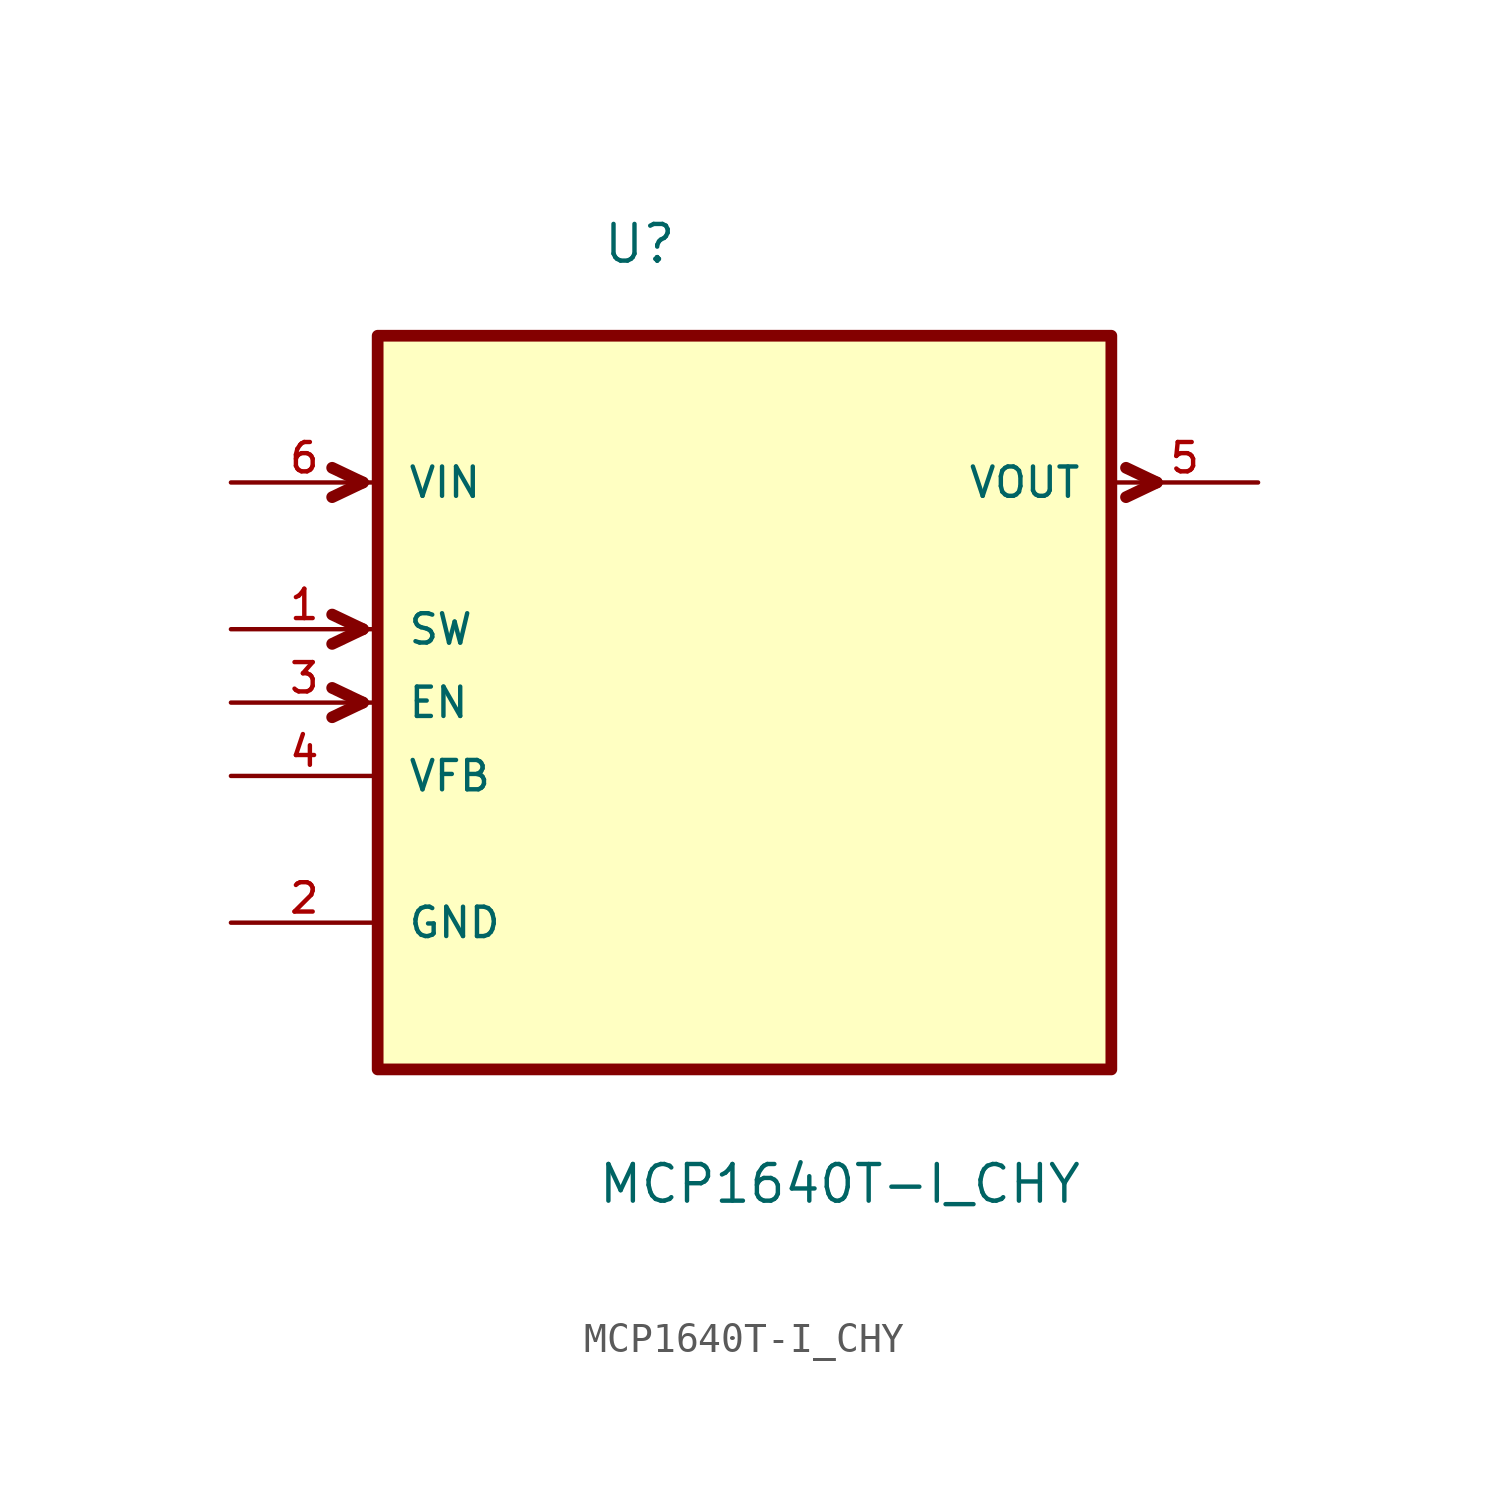
<source format=kicad_sym>
(kicad_symbol_lib
  (version 20211014)
  (generator kicad_symbol_editor)
  (symbol "MCP1640T-I_CHY"
    (pin_names
      (offset 1.016))
    (property "Reference" "U"
      (at -4.937 12.598 0.0)
      (effects (font (size 1.27 1.27)) (justify bottom left)))
    (property "Value" "MCP1640T-I_CHY"
      (at -5.114 -19.947 0.0)
      (effects (font (size 1.27 1.27)) (justify bottom left)))
    (symbol "MCP1640T-I_CHY_0_0"
      (polyline (pts (xy -13.208 5.08) (xy -14.275 5.588)) (stroke (width 0.406)))
      (polyline (pts (xy -13.208 5.08) (xy -14.275 4.572)) (stroke (width 0.406)))
      (polyline (pts (xy -13.208 0.0) (xy -14.275 0.508)) (stroke (width 0.406)))
      (polyline (pts (xy -13.208 0.0) (xy -14.275 -0.508)) (stroke (width 0.406)))
      (polyline (pts (xy -13.208 -2.54) (xy -14.275 -2.032)) (stroke (width 0.406)))
      (polyline (pts (xy -13.208 -2.54) (xy -14.275 -3.048)) (stroke (width 0.406)))
      (polyline (pts (xy 13.208 5.588) (xy 14.275 5.08)) (stroke (width 0.406)))
      (polyline (pts (xy 13.208 4.572) (xy 14.275 5.08)) (stroke (width 0.406)))
      (rectangle (start -12.7 -15.24) (end 12.7 10.16) (stroke (width 0.406)) (fill (type background)))
      (pin input line (at -17.78 5.08 0) (length 5.08) (name "VIN" (effects (font (size 1.016 1.016)))) (number "6" (effects (font (size 1.016 1.016)))))
      (pin input line (at -17.78 0.0 0) (length 5.08) (name "SW" (effects (font (size 1.016 1.016)))) (number "1" (effects (font (size 1.016 1.016)))))
      (pin input line (at -17.78 -2.54 0) (length 5.08) (name "EN" (effects (font (size 1.016 1.016)))) (number "3" (effects (font (size 1.016 1.016)))))
      (pin input line (at -17.78 -5.08 0) (length 5.08) (name "VFB" (effects (font (size 1.016 1.016)))) (number "4" (effects (font (size 1.016 1.016)))))
      (pin passive line (at -17.78 -10.16 0) (length 5.08) (name "GND" (effects (font (size 1.016 1.016)))) (number "2" (effects (font (size 1.016 1.016)))))
      (pin output line (at 17.78 5.08 180.0) (length 5.08) (name "VOUT" (effects (font (size 1.016 1.016)))) (number "5" (effects (font (size 1.016 1.016))))))))
</source>
